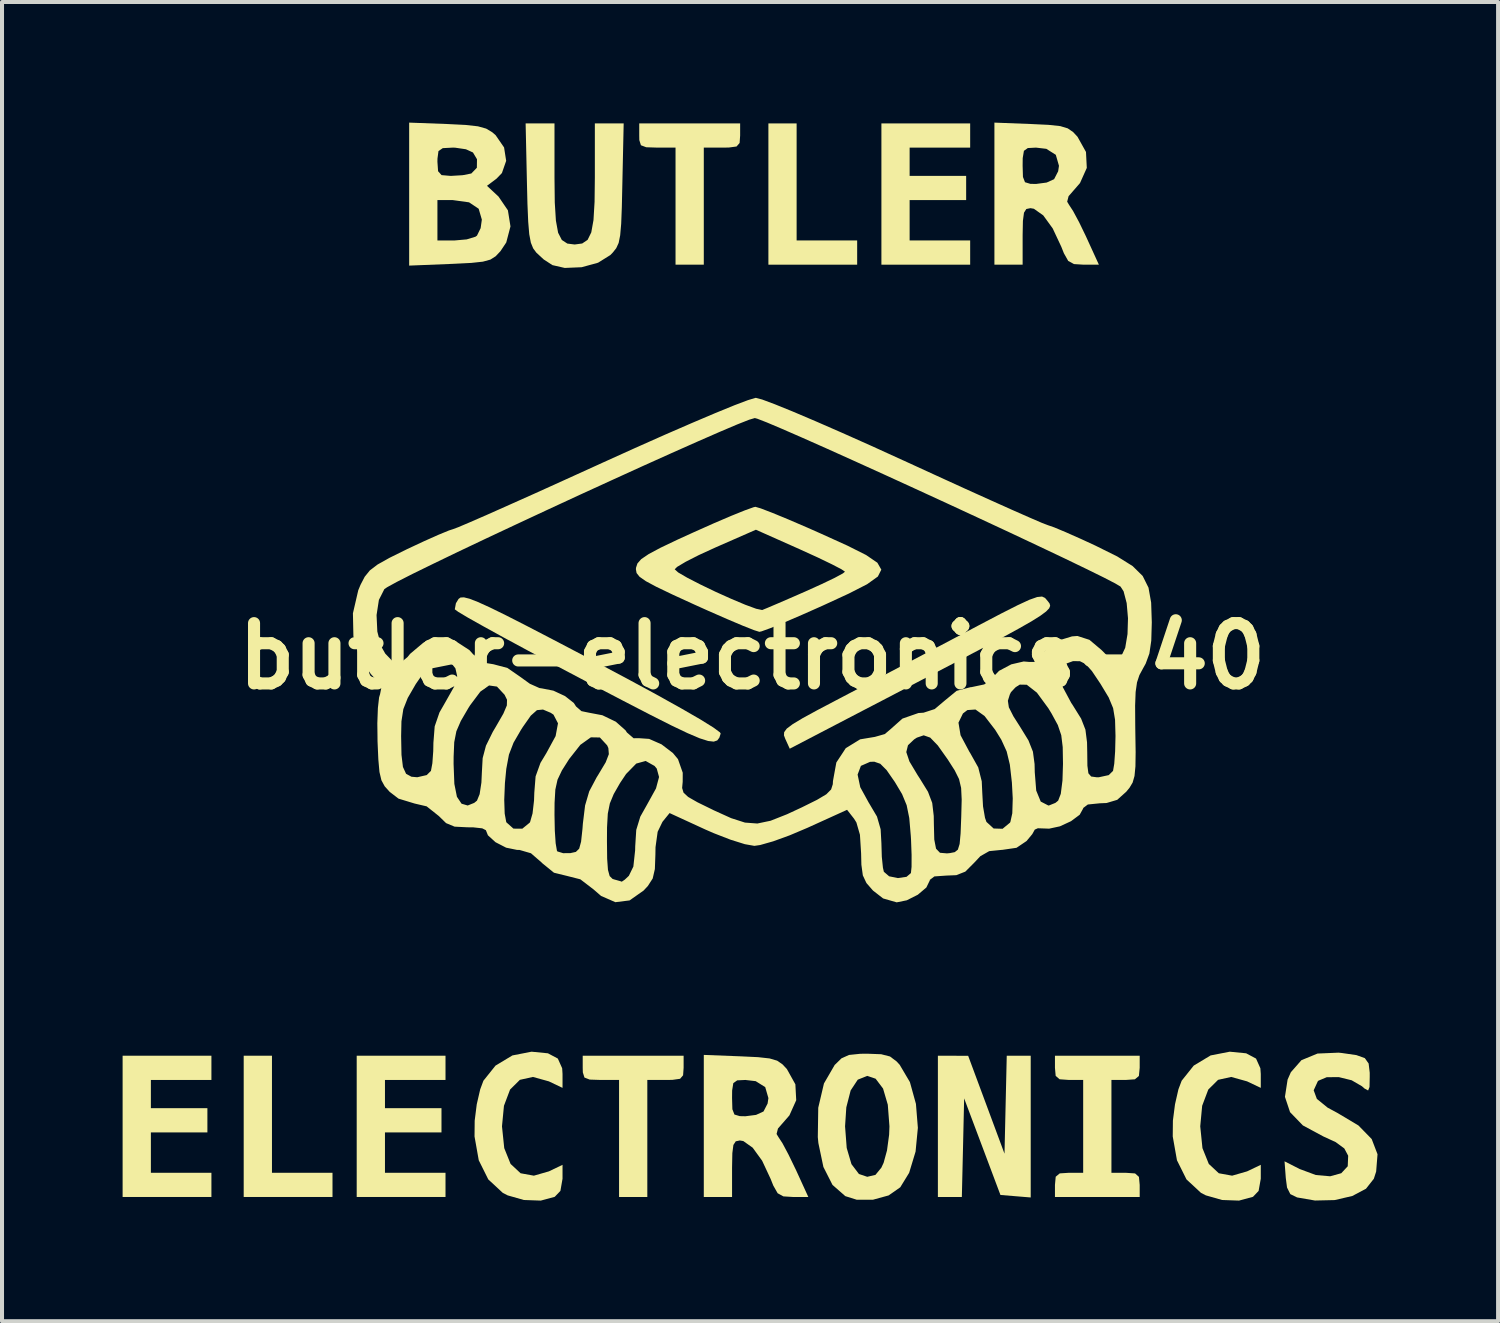
<source format=kicad_pcb>
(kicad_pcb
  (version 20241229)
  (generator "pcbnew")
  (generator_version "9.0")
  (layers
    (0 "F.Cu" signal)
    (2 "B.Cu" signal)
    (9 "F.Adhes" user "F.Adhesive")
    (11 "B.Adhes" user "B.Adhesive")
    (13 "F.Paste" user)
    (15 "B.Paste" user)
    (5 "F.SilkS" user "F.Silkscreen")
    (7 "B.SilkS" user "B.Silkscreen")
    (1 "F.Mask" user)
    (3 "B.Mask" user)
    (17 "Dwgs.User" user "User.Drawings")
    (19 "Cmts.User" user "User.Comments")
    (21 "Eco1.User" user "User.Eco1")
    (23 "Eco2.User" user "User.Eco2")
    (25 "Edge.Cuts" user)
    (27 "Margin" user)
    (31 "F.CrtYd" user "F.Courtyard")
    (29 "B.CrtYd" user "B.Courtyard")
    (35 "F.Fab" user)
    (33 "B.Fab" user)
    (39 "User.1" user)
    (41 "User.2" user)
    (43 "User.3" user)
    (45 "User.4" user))
  (footprint "butler-electronics-40"
    (layer "F.Cu")
    (at 15.662 13.272)
    (property "Reference" "butler-electronics-40" (at 0 0 0) (layer "F.SilkS") (effects (font (size 1.5 1.5) (thickness 0.3))))
    (attr board_only exclude_from_pos_files exclude_from_bom)
    (fp_poly (pts (xy -11.947 11.395) (xy -11.947 12.851) (xy -11.194 12.851) (xy -10.441 12.851) (xy -10.441 13.152) (xy -10.441 13.453) (xy -11.545 13.453) (xy -12.65 13.453) (xy -12.65 11.696) (xy -12.65 9.939) (xy -12.298 9.939) (xy -11.947 9.939)) (stroke (width 0) (type solid)) (fill yes) (layer "F.SilkS"))
    (fp_poly (pts (xy 1.104 -11.796) (xy 1.104 -10.341) (xy 1.857 -10.341) (xy 2.61 -10.341) (xy 2.61 -10.04) (xy 2.61 -9.738) (xy 1.506 -9.738) (xy 0.402 -9.738) (xy 0.402 -11.495) (xy 0.402 -13.252) (xy 0.753 -13.252) (xy 1.104 -13.252)) (stroke (width 0) (type solid)) (fill yes) (layer "F.SilkS"))
    (fp_poly (pts (xy -1.707 10.24) (xy -1.72 10.426) (xy -1.795 10.513) (xy -1.988 10.54) (xy -2.158 10.542) (xy -2.61 10.542) (xy -2.61 11.997) (xy -2.61 13.453) (xy -2.962 13.453) (xy -3.313 13.453) (xy -3.313 11.997) (xy -3.313 10.542) (xy -3.765 10.542) (xy -4.043 10.533) (xy -4.174 10.482) (xy -4.214 10.354) (xy -4.217 10.24) (xy -4.217 9.939) (xy -2.962 9.939) (xy -1.707 9.939)) (stroke (width 0) (type solid)) (fill yes) (layer "F.SilkS"))
    (fp_poly (pts (xy -0.301 -12.951) (xy -0.314 -12.766) (xy -0.39 -12.678) (xy -0.583 -12.652) (xy -0.753 -12.65) (xy -1.205 -12.65) (xy -1.205 -11.194) (xy -1.205 -9.738) (xy -1.556 -9.738) (xy -1.908 -9.738) (xy -1.908 -11.194) (xy -1.908 -12.65) (xy -2.359 -12.65) (xy -2.637 -12.659) (xy -2.769 -12.709) (xy -2.809 -12.837) (xy -2.811 -12.951) (xy -2.811 -13.252) (xy -1.556 -13.252) (xy -0.301 -13.252)) (stroke (width 0) (type solid)) (fill yes) (layer "F.SilkS"))
    (fp_poly (pts (xy 6.927 11.702) (xy 6.927 13.465) (xy 6.551 13.434) (xy 6.174 13.403) (xy 5.723 12.202) (xy 5.271 11) (xy 5.243 12.227) (xy 5.214 13.453) (xy 4.916 13.453) (xy 4.618 13.453) (xy 4.618 11.696) (xy 4.618 9.939) (xy 4.995 9.94) (xy 5.371 9.941) (xy 5.823 11.158) (xy 6.275 12.376) (xy 6.303 11.157) (xy 6.331 9.939) (xy 6.629 9.939) (xy 6.927 9.939)) (stroke (width 0) (type solid)) (fill yes) (layer "F.SilkS"))
    (fp_poly (pts (xy -13.453 10.24) (xy -13.453 10.542) (xy -14.206 10.542) (xy -14.959 10.542) (xy -14.959 10.893) (xy -14.959 11.244) (xy -14.256 11.244) (xy -13.553 11.244) (xy -13.553 11.545) (xy -13.553 11.847) (xy -14.256 11.847) (xy -14.959 11.847) (xy -14.959 12.349) (xy -14.959 12.851) (xy -14.206 12.851) (xy -13.453 12.851) (xy -13.453 13.152) (xy -13.453 13.453) (xy -14.557 13.453) (xy -15.662 13.453) (xy -15.662 11.696) (xy -15.662 9.939) (xy -14.557 9.939) (xy -13.453 9.939)) (stroke (width 0) (type solid)) (fill yes) (layer "F.SilkS"))
    (fp_poly (pts (xy -7.63 10.24) (xy -7.63 10.542) (xy -8.383 10.542) (xy -9.136 10.542) (xy -9.136 10.893) (xy -9.136 11.244) (xy -8.433 11.244) (xy -7.73 11.244) (xy -7.73 11.545) (xy -7.73 11.847) (xy -8.433 11.847) (xy -9.136 11.847) (xy -9.136 12.349) (xy -9.136 12.851) (xy -8.383 12.851) (xy -7.63 12.851) (xy -7.63 13.152) (xy -7.63 13.453) (xy -8.734 13.453) (xy -9.839 13.453) (xy -9.839 11.696) (xy -9.839 9.939) (xy -8.734 9.939) (xy -7.63 9.939)) (stroke (width 0) (type solid)) (fill yes) (layer "F.SilkS"))
    (fp_poly (pts (xy 5.421 -12.951) (xy 5.421 -12.65) (xy 4.668 -12.65) (xy 3.915 -12.65) (xy 3.915 -12.298) (xy 3.915 -11.947) (xy 4.618 -11.947) (xy 5.321 -11.947) (xy 5.321 -11.646) (xy 5.321 -11.345) (xy 4.618 -11.345) (xy 3.915 -11.345) (xy 3.915 -10.843) (xy 3.915 -10.341) (xy 4.668 -10.341) (xy 5.421 -10.341) (xy 5.421 -10.04) (xy 5.421 -9.738) (xy 4.317 -9.738) (xy 3.213 -9.738) (xy 3.213 -11.495) (xy 3.213 -13.252) (xy 4.317 -13.252) (xy 5.421 -13.252)) (stroke (width 0) (type solid)) (fill yes) (layer "F.SilkS"))
    (fp_poly (pts (xy 9.638 10.24) (xy 9.618 10.443) (xy 9.519 10.526) (xy 9.287 10.542) (xy 8.935 10.542) (xy 8.935 11.696) (xy 8.935 12.851) (xy 9.287 12.851) (xy 9.523 12.867) (xy 9.619 12.953) (xy 9.638 13.152) (xy 9.638 13.453) (xy 8.584 13.453) (xy 7.53 13.453) (xy 7.53 13.152) (xy 7.549 12.949) (xy 7.649 12.866) (xy 7.881 12.851) (xy 8.232 12.851) (xy 8.232 11.696) (xy 8.232 10.542) (xy 7.881 10.542) (xy 7.645 10.525) (xy 7.548 10.44) (xy 7.53 10.24) (xy 7.53 9.939) (xy 8.584 9.939) (xy 9.638 9.939)) (stroke (width 0) (type solid)) (fill yes) (layer "F.SilkS"))
    (fp_poly (pts (xy -5.082 9.879) (xy -4.836 10.01) (xy -4.728 10.251) (xy -4.719 10.393) (xy -4.719 10.739) (xy -5.059 10.577) (xy -5.455 10.467) (xy -5.78 10.539) (xy -6.024 10.781) (xy -6.176 11.184) (xy -6.225 11.696) (xy -6.169 12.238) (xy -6.011 12.631) (xy -5.762 12.863) (xy -5.432 12.923) (xy -5.059 12.816) (xy -4.719 12.653) (xy -4.719 12.999) (xy -4.772 13.302) (xy -4.913 13.449) (xy -5.26 13.543) (xy -5.68 13.528) (xy -6.084 13.413) (xy -6.206 13.35) (xy -6.566 13.016) (xy -6.803 12.54) (xy -6.908 11.948) (xy -6.904 11.553) (xy -6.853 11.149) (xy -6.767 10.776) (xy -6.687 10.561) (xy -6.386 10.185) (xy -5.966 9.932) (xy -5.49 9.839)) (stroke (width 0) (type solid)) (fill yes) (layer "F.SilkS"))
    (fp_poly (pts (xy 12.286 9.879) (xy 12.532 10.01) (xy 12.64 10.251) (xy 12.65 10.393) (xy 12.65 10.739) (xy 12.309 10.577) (xy 11.914 10.467) (xy 11.588 10.539) (xy 11.344 10.781) (xy 11.192 11.184) (xy 11.144 11.696) (xy 11.199 12.238) (xy 11.357 12.631) (xy 11.606 12.863) (xy 11.937 12.923) (xy 12.309 12.816) (xy 12.65 12.653) (xy 12.65 12.999) (xy 12.596 13.302) (xy 12.456 13.449) (xy 12.109 13.543) (xy 11.688 13.528) (xy 11.284 13.413) (xy 11.162 13.35) (xy 10.802 13.016) (xy 10.565 12.54) (xy 10.46 11.948) (xy 10.464 11.553) (xy 10.516 11.149) (xy 10.601 10.776) (xy 10.682 10.561) (xy 10.982 10.185) (xy 11.402 9.932) (xy 11.878 9.839)) (stroke (width 0) (type solid)) (fill yes) (layer "F.SilkS"))
    (fp_poly (pts (xy 7.282 -1.449) (xy 7.305 -1.424) (xy 7.357 -1.362) (xy 7.397 -1.308) (xy 7.411 -1.253) (xy 7.386 -1.19) (xy 7.309 -1.11) (xy 7.167 -1.005) (xy 6.946 -0.866) (xy 6.632 -0.687) (xy 6.213 -0.458) (xy 5.675 -0.172) (xy 5.005 0.18) (xy 4.19 0.605) (xy 3.216 1.113) (xy 2.75 1.355) (xy 0.933 2.302) (xy 0.822 2.058) (xy 0.789 1.97) (xy 0.794 1.89) (xy 0.859 1.802) (xy 1.007 1.691) (xy 1.258 1.54) (xy 1.636 1.334) (xy 2.163 1.057) (xy 2.388 0.939) (xy 3.071 0.582) (xy 3.837 0.18) (xy 4.612 -0.227) (xy 5.32 -0.601) (xy 5.622 -0.761) (xy 6.188 -1.058) (xy 6.603 -1.268) (xy 6.895 -1.403) (xy 7.088 -1.471) (xy 7.209 -1.483)) (stroke (width 0) (type solid)) (fill yes) (layer "F.SilkS"))
    (fp_poly (pts (xy -7.034 -1.429) (xy -6.826 -1.348) (xy -6.53 -1.214) (xy -6.13 -1.018) (xy -5.608 -0.752) (xy -4.946 -0.408) (xy -4.128 0.021) (xy -3.966 0.107) (xy -3.116 0.558) (xy -2.379 0.957) (xy -1.768 1.298) (xy -1.293 1.572) (xy -0.968 1.774) (xy -0.803 1.896) (xy -0.785 1.925) (xy -0.818 2.027) (xy -0.87 2.096) (xy -0.957 2.126) (xy -1.097 2.11) (xy -1.308 2.043) (xy -1.607 1.916) (xy -2.012 1.723) (xy -2.539 1.457) (xy -3.206 1.112) (xy -4.032 0.681) (xy -4.16 0.614) (xy -4.898 0.225) (xy -5.577 -0.137) (xy -6.179 -0.462) (xy -6.682 -0.739) (xy -7.067 -0.955) (xy -7.312 -1.101) (xy -7.399 -1.165) (xy -7.371 -1.316) (xy -7.305 -1.424) (xy -7.256 -1.459) (xy -7.171 -1.463)) (stroke (width 0) (type solid)) (fill yes) (layer "F.SilkS"))
    (fp_poly (pts (xy -4.919 -11.904) (xy -4.912 -11.283) (xy -4.884 -10.835) (xy -4.829 -10.533) (xy -4.736 -10.352) (xy -4.599 -10.263) (xy -4.417 -10.24) (xy -4.23 -10.265) (xy -4.095 -10.356) (xy -4.004 -10.541) (xy -3.949 -10.847) (xy -3.922 -11.3) (xy -3.915 -11.904) (xy -3.915 -13.252) (xy -3.557 -13.252) (xy -3.198 -13.252) (xy -3.231 -11.748) (xy -3.244 -11.168) (xy -3.26 -10.754) (xy -3.285 -10.469) (xy -3.323 -10.279) (xy -3.383 -10.148) (xy -3.468 -10.041) (xy -3.53 -9.977) (xy -3.835 -9.787) (xy -4.242 -9.675) (xy -4.664 -9.657) (xy -4.97 -9.727) (xy -5.187 -9.868) (xy -5.371 -10.038) (xy -5.45 -10.145) (xy -5.507 -10.286) (xy -5.547 -10.496) (xy -5.573 -10.808) (xy -5.592 -11.258) (xy -5.604 -11.756) (xy -5.637 -13.252) (xy -5.278 -13.252) (xy -4.919 -13.252)) (stroke (width 0) (type solid)) (fill yes) (layer "F.SilkS"))
    (fp_poly (pts (xy 3.207 9.902) (xy 3.427 9.958) (xy 3.593 10.083) (xy 3.668 10.165) (xy 3.922 10.595) (xy 4.072 11.137) (xy 4.12 11.733) (xy 4.063 12.324) (xy 3.903 12.852) (xy 3.682 13.212) (xy 3.393 13.414) (xy 3.004 13.521) (xy 2.598 13.521) (xy 2.315 13.432) (xy 1.996 13.152) (xy 1.77 12.706) (xy 1.645 12.111) (xy 1.631 11.964) (xy 1.635 11.696) (xy 2.309 11.696) (xy 2.35 12.234) (xy 2.468 12.636) (xy 2.654 12.881) (xy 2.861 12.951) (xy 3.065 12.903) (xy 3.211 12.725) (xy 3.268 12.603) (xy 3.352 12.296) (xy 3.405 11.905) (xy 3.413 11.696) (xy 3.372 11.158) (xy 3.254 10.756) (xy 3.069 10.511) (xy 2.861 10.441) (xy 2.625 10.535) (xy 2.448 10.803) (xy 2.34 11.224) (xy 2.309 11.696) (xy 1.635 11.696) (xy 1.642 11.233) (xy 1.784 10.629) (xy 2.052 10.167) (xy 2.053 10.167) (xy 2.22 10.004) (xy 2.407 9.92) (xy 2.687 9.891) (xy 2.861 9.889)) (stroke (width 0) (type solid)) (fill yes) (layer "F.SilkS"))
    (fp_poly (pts (xy 14.663 9.871) (xy 15.029 9.924) (xy 15.238 9.999) (xy 15.333 10.133) (xy 15.36 10.363) (xy 15.36 10.463) (xy 15.355 10.717) (xy 15.32 10.804) (xy 15.229 10.754) (xy 15.167 10.699) (xy 14.911 10.55) (xy 14.594 10.472) (xy 14.292 10.473) (xy 14.082 10.561) (xy 14.068 10.576) (xy 13.966 10.799) (xy 14.045 11.013) (xy 14.313 11.231) (xy 14.556 11.362) (xy 15.079 11.674) (xy 15.409 12.012) (xy 15.554 12.39) (xy 15.52 12.82) (xy 15.462 13) (xy 15.267 13.248) (xy 14.927 13.428) (xy 14.488 13.53) (xy 13.998 13.541) (xy 13.553 13.464) (xy 13.385 13.382) (xy 13.303 13.218) (xy 13.272 12.98) (xy 13.241 12.566) (xy 13.619 12.758) (xy 14.02 12.907) (xy 14.376 12.938) (xy 14.652 12.862) (xy 14.813 12.689) (xy 14.824 12.427) (xy 14.824 12.427) (xy 14.728 12.246) (xy 14.513 12.088) (xy 14.204 11.946) (xy 13.697 11.673) (xy 13.378 11.343) (xy 13.251 10.962) (xy 13.317 10.533) (xy 13.398 10.35) (xy 13.661 10.05) (xy 14.062 9.885) (xy 14.585 9.863)) (stroke (width 0) (type solid)) (fill yes) (layer "F.SilkS"))
    (fp_poly (pts (xy -0.292 9.954) (xy 0.146 9.975) (xy 0.433 10.007) (xy 0.619 10.062) (xy 0.754 10.155) (xy 0.862 10.271) (xy 1.073 10.65) (xy 1.094 11.046) (xy 0.925 11.423) (xy 0.818 11.546) (xy 0.64 11.75) (xy 0.605 11.886) (xy 0.653 11.965) (xy 0.753 12.118) (xy 0.902 12.398) (xy 1.07 12.745) (xy 1.085 12.775) (xy 1.395 13.453) (xy 1.012 13.453) (xy 0.774 13.438) (xy 0.632 13.36) (xy 0.523 13.168) (xy 0.459 13.007) (xy 0.246 12.551) (xy 0.011 12.227) (xy -0.222 12.062) (xy -0.308 12.047) (xy -0.41 12.068) (xy -0.469 12.159) (xy -0.495 12.363) (xy -0.502 12.723) (xy -0.502 12.75) (xy -0.502 13.453) (xy -0.853 13.453) (xy -1.205 13.453) (xy -1.205 11.686) (xy -1.205 10.993) (xy -0.502 10.993) (xy -0.494 11.271) (xy -0.443 11.402) (xy -0.31 11.442) (xy -0.171 11.445) (xy 0.095 11.411) (xy 0.278 11.327) (xy 0.281 11.325) (xy 0.382 11.129) (xy 0.402 10.993) (xy 0.323 10.72) (xy 0.086 10.572) (xy -0.171 10.542) (xy -0.374 10.552) (xy -0.471 10.621) (xy -0.5 10.803) (xy -0.502 10.993) (xy -1.205 10.993) (xy -1.205 9.919)) (stroke (width 0) (type solid)) (fill yes) (layer "F.SilkS"))
    (fp_poly (pts (xy 6.936 -13.237) (xy 7.374 -13.216) (xy 7.662 -13.185) (xy 7.848 -13.129) (xy 7.982 -13.037) (xy 8.091 -12.92) (xy 8.302 -12.542) (xy 8.322 -12.145) (xy 8.153 -11.768) (xy 8.046 -11.645) (xy 7.869 -11.441) (xy 7.834 -11.305) (xy 7.881 -11.226) (xy 7.981 -11.073) (xy 8.131 -10.794) (xy 8.299 -10.447) (xy 8.313 -10.416) (xy 8.623 -9.738) (xy 8.241 -9.738) (xy 8.003 -9.753) (xy 7.86 -9.831) (xy 7.752 -10.023) (xy 7.688 -10.184) (xy 7.474 -10.64) (xy 7.239 -10.964) (xy 7.006 -11.129) (xy 6.92 -11.144) (xy 6.818 -11.123) (xy 6.76 -11.032) (xy 6.733 -10.828) (xy 6.726 -10.469) (xy 6.726 -10.441) (xy 6.726 -9.738) (xy 6.375 -9.738) (xy 6.024 -9.738) (xy 6.024 -11.505) (xy 6.024 -12.198) (xy 6.726 -12.198) (xy 6.734 -11.92) (xy 6.785 -11.789) (xy 6.918 -11.749) (xy 7.058 -11.746) (xy 7.324 -11.781) (xy 7.507 -11.864) (xy 7.51 -11.867) (xy 7.61 -12.062) (xy 7.63 -12.198) (xy 7.551 -12.471) (xy 7.315 -12.62) (xy 7.058 -12.65) (xy 6.854 -12.639) (xy 6.758 -12.57) (xy 6.728 -12.388) (xy 6.726 -12.198) (xy 6.024 -12.198) (xy 6.024 -13.272)) (stroke (width 0) (type solid)) (fill yes) (layer "F.SilkS"))
    (fp_poly (pts (xy -7.588 -13.237) (xy -7.13 -13.214) (xy -6.824 -13.18) (xy -6.619 -13.123) (xy -6.466 -13.031) (xy -6.383 -12.959) (xy -6.173 -12.654) (xy -6.121 -12.321) (xy -6.227 -12.017) (xy -6.361 -11.878) (xy -6.598 -11.7) (xy -6.311 -11.432) (xy -6.078 -11.09) (xy -6.014 -10.69) (xy -6.119 -10.29) (xy -6.263 -10.074) (xy -6.383 -9.947) (xy -6.514 -9.864) (xy -6.701 -9.813) (xy -6.989 -9.782) (xy -7.424 -9.76) (xy -7.517 -9.756) (xy -8.534 -9.715) (xy -8.534 -11.345) (xy -7.831 -11.345) (xy -7.831 -10.843) (xy -7.831 -10.341) (xy -7.399 -10.341) (xy -7.103 -10.367) (xy -6.886 -10.433) (xy -6.847 -10.461) (xy -6.756 -10.647) (xy -6.726 -10.859) (xy -6.805 -11.129) (xy -7.044 -11.289) (xy -7.45 -11.345) (xy -7.473 -11.345) (xy -7.831 -11.345) (xy -8.534 -11.345) (xy -8.534 -11.493) (xy -8.534 -12.298) (xy -7.831 -12.298) (xy -7.815 -12.063) (xy -7.728 -11.966) (xy -7.509 -11.947) (xy -7.488 -11.947) (xy -7.203 -11.964) (xy -6.99 -12.006) (xy -6.986 -12.008) (xy -6.85 -12.149) (xy -6.847 -12.361) (xy -6.947 -12.529) (xy -7.122 -12.609) (xy -7.395 -12.649) (xy -7.449 -12.65) (xy -7.698 -12.637) (xy -7.805 -12.564) (xy -7.83 -12.375) (xy -7.831 -12.298) (xy -8.534 -12.298) (xy -8.534 -13.272)) (stroke (width 0) (type solid)) (fill yes) (layer "F.SilkS"))
    (fp_poly (pts (xy 0.214 -3.675) (xy 0.498 -3.566) (xy 0.896 -3.402) (xy 1.375 -3.196) (xy 1.72 -3.043) (xy 2.368 -2.749) (xy 2.832 -2.516) (xy 3.113 -2.324) (xy 3.211 -2.152) (xy 3.125 -1.981) (xy 2.857 -1.789) (xy 2.405 -1.558) (xy 1.772 -1.266) (xy 1.735 -1.249) (xy 1.235 -1.027) (xy 0.795 -0.838) (xy 0.449 -0.696) (xy 0.231 -0.617) (xy 0.178 -0.605) (xy 0.047 -0.646) (xy -0.232 -0.756) (xy -0.626 -0.923) (xy -1.101 -1.131) (xy -1.435 -1.281) (xy -1.989 -1.535) (xy -2.385 -1.725) (xy -2.648 -1.866) (xy -2.803 -1.975) (xy -2.877 -2.068) (xy -2.894 -2.161) (xy -1.929 -2.161) (xy -1.843 -2.083) (xy -1.615 -1.95) (xy -1.29 -1.783) (xy -0.912 -1.601) (xy -0.525 -1.427) (xy -0.174 -1.279) (xy 0.098 -1.179) (xy 0.245 -1.148) (xy 0.251 -1.149) (xy 0.38 -1.202) (xy 0.65 -1.317) (xy 1.017 -1.476) (xy 1.33 -1.613) (xy 1.73 -1.794) (xy 2.051 -1.948) (xy 2.254 -2.058) (xy 2.307 -2.101) (xy 2.22 -2.161) (xy 1.984 -2.284) (xy 1.636 -2.452) (xy 1.21 -2.646) (xy 1.198 -2.652) (xy 0.091 -3.145) (xy -0.919 -2.702) (xy -1.327 -2.515) (xy -1.655 -2.348) (xy -1.868 -2.221) (xy -1.929 -2.161) (xy -2.894 -2.161) (xy -2.894 -2.161) (xy -2.891 -2.2) (xy -2.856 -2.306) (xy -2.762 -2.413) (xy -2.581 -2.536) (xy -2.287 -2.694) (xy -1.853 -2.901) (xy -1.46 -3.08) (xy -0.965 -3.301) (xy -0.528 -3.488) (xy -0.184 -3.627) (xy 0.031 -3.704) (xy 0.079 -3.715)) (stroke (width 0) (type solid)) (fill yes) (layer "F.SilkS"))
    (fp_poly (pts (xy 0.247 -6.384) (xy 0.56 -6.267) (xy 1.011 -6.084) (xy 1.578 -5.843) (xy 2.237 -5.555) (xy 2.968 -5.229) (xy 3.746 -4.874) (xy 3.778 -4.86) (xy 4.554 -4.504) (xy 5.276 -4.174) (xy 5.925 -3.881) (xy 6.478 -3.633) (xy 6.914 -3.441) (xy 7.211 -3.313) (xy 7.35 -3.26) (xy 7.352 -3.259) (xy 7.511 -3.204) (xy 7.805 -3.081) (xy 8.19 -2.91) (xy 8.534 -2.751) (xy 9.078 -2.481) (xy 9.462 -2.241) (xy 9.712 -1.995) (xy 9.857 -1.704) (xy 9.923 -1.332) (xy 9.939 -0.842) (xy 9.926 -0.386) (xy 9.879 -0.065) (xy 9.787 0.186) (xy 9.723 0.301) (xy 9.631 0.471) (xy 9.571 0.653) (xy 9.537 0.891) (xy 9.524 1.228) (xy 9.527 1.71) (xy 9.529 1.869) (xy 9.537 2.385) (xy 9.532 2.741) (xy 9.509 2.981) (xy 9.462 3.145) (xy 9.384 3.275) (xy 9.304 3.372) (xy 9.079 3.574) (xy 8.814 3.653) (xy 8.645 3.66) (xy 8.348 3.69) (xy 8.233 3.777) (xy 8.232 3.789) (xy 8.145 3.945) (xy 7.93 4.105) (xy 7.654 4.233) (xy 7.385 4.291) (xy 7.304 4.288) (xy 7.104 4.281) (xy 7.028 4.315) (xy 6.966 4.427) (xy 6.823 4.599) (xy 6.574 4.767) (xy 6.215 4.819) (xy 6.203 4.819) (xy 5.895 4.85) (xy 5.674 4.976) (xy 5.516 5.144) (xy 5.3 5.36) (xy 5.076 5.448) (xy 4.831 5.458) (xy 4.531 5.479) (xy 4.419 5.564) (xy 4.417 5.578) (xy 4.331 5.755) (xy 4.118 5.935) (xy 3.844 6.073) (xy 3.593 6.124) (xy 3.256 6.027) (xy 3.004 5.831) (xy 2.84 5.643) (xy 2.751 5.453) (xy 2.715 5.188) (xy 2.708 4.902) (xy 2.679 4.442) (xy 2.591 4.137) (xy 2.533 4.044) (xy 2.359 3.822) (xy 1.373 4.27) (xy 0.931 4.457) (xy 0.521 4.606) (xy 0.197 4.698) (xy 0.053 4.719) (xy -0.184 4.677) (xy -0.541 4.565) (xy -0.958 4.403) (xy -1.169 4.311) (xy -2.056 3.903) (xy -2.233 4.121) (xy -2.353 4.369) (xy -2.406 4.752) (xy -2.409 4.938) (xy -2.422 5.296) (xy -2.476 5.53) (xy -2.597 5.718) (xy -2.703 5.831) (xy -3.051 6.076) (xy -3.405 6.12) (xy -3.761 5.964) (xy -3.948 5.802) (xy -4.276 5.551) (xy -4.61 5.466) (xy -4.932 5.387) (xy -5.221 5.152) (xy -5.236 5.136) (xy -5.504 4.903) (xy -5.787 4.821) (xy -5.853 4.819) (xy -6.122 4.764) (xy -6.386 4.628) (xy -6.575 4.456) (xy -6.626 4.329) (xy -6.716 4.283) (xy -6.943 4.258) (xy -7.087 4.257) (xy -7.404 4.241) (xy -7.616 4.153) (xy -7.796 3.977) (xy -8.099 3.736) (xy -8.398 3.666) (xy -8.799 3.544) (xy -9.018 3.376) (xy -9.143 3.237) (xy -9.224 3.088) (xy -9.273 2.881) (xy -9.301 2.568) (xy -9.321 2.114) (xy -9.322 1.99) (xy -8.734 1.99) (xy -8.725 2.456) (xy -8.689 2.756) (xy -8.611 2.926) (xy -8.478 2.999) (xy -8.333 3.012) (xy -8.097 2.958) (xy -7.992 2.853) (xy -7.96 2.681) (xy -7.429 2.681) (xy -7.41 3.177) (xy -7.346 3.498) (xy -7.231 3.67) (xy -7.078 3.715) (xy -6.916 3.65) (xy -6.847 3.594) (xy -6.839 3.574) (xy -6.169 3.574) (xy -6.158 3.916) (xy -6.12 4.123) (xy -6.114 4.135) (xy -5.94 4.29) (xy -5.72 4.292) (xy -5.536 4.142) (xy -5.525 4.123) (xy -5.475 3.947) (xy -4.919 3.947) (xy -4.911 4.341) (xy -4.89 4.654) (xy -4.859 4.835) (xy -4.848 4.857) (xy -4.703 4.901) (xy -4.522 4.899) (xy -4.387 4.869) (xy -4.305 4.789) (xy -4.257 4.613) (xy -4.256 4.601) (xy -3.614 4.601) (xy -3.609 5.039) (xy -3.589 5.316) (xy -3.547 5.47) (xy -3.476 5.54) (xy -3.439 5.553) (xy -3.281 5.597) (xy -3.245 5.61) (xy -3.17 5.559) (xy -3.069 5.464) (xy -2.957 5.234) (xy -2.913 4.829) (xy -2.911 4.731) (xy -2.885 4.321) (xy -2.784 3.991) (xy -2.61 3.681) (xy -2.394 3.29) (xy -2.318 3.006) (xy -2.375 2.797) (xy -2.43 2.731) (xy -2.651 2.607) (xy -2.885 2.672) (xy -3.138 2.931) (xy -3.288 3.155) (xy -3.446 3.431) (xy -3.542 3.663) (xy -3.593 3.918) (xy -3.612 4.26) (xy -3.614 4.601) (xy -4.256 4.601) (xy -4.223 4.296) (xy -4.213 4.166) (xy -4.158 3.714) (xy -4.055 3.363) (xy -3.872 3.017) (xy -3.828 2.946) (xy -3.645 2.64) (xy -3.567 2.438) (xy -3.579 2.286) (xy -3.609 2.219) (xy -3.79 2.023) (xy -4.014 2.019) (xy -4.275 2.205) (xy -4.554 2.559) (xy -4.735 2.844) (xy -4.844 3.074) (xy -4.898 3.319) (xy -4.917 3.649) (xy -4.919 3.947) (xy -5.475 3.947) (xy -5.465 3.913) (xy -5.428 3.592) (xy -5.421 3.395) (xy -5.389 2.991) (xy -5.268 2.655) (xy -5.12 2.409) (xy -4.891 1.988) (xy -4.832 1.67) (xy -4.944 1.455) (xy -5.013 1.409) (xy -5.205 1.328) (xy -5.355 1.343) (xy -5.508 1.479) (xy -5.706 1.761) (xy -5.753 1.834) (xy -5.938 2.153) (xy -6.052 2.449) (xy -6.118 2.803) (xy -6.152 3.157) (xy -6.169 3.574) (xy -6.839 3.574) (xy -6.781 3.433) (xy -6.737 3.144) (xy -6.726 2.904) (xy -6.706 2.537) (xy -6.624 2.228) (xy -6.455 1.885) (xy -6.375 1.75) (xy -6.191 1.43) (xy -6.104 1.226) (xy -6.1 1.084) (xy -6.161 0.96) (xy -6.35 0.757) (xy -6.546 0.729) (xy -6.763 0.882) (xy -7.018 1.222) (xy -7.061 1.29) (xy -7.249 1.612) (xy -7.36 1.869) (xy -7.413 2.14) (xy -7.428 2.502) (xy -7.429 2.681) (xy -7.96 2.681) (xy -7.957 2.666) (xy -7.935 2.361) (xy -7.931 2.154) (xy -7.899 1.746) (xy -7.78 1.4) (xy -7.63 1.138) (xy -7.419 0.765) (xy -7.339 0.5) (xy -7.383 0.305) (xy -7.449 0.221) (xy -7.669 0.092) (xy -7.899 0.143) (xy -8.152 0.38) (xy -8.369 0.693) (xy -8.569 1.039) (xy -8.679 1.317) (xy -8.726 1.62) (xy -8.734 1.99) (xy -9.322 1.99) (xy -9.326 1.67) (xy -9.312 1.29) (xy -9.282 1.025) (xy -9.258 0.946) (xy -9.229 0.799) (xy -9.324 0.623) (xy -9.485 0.448) (xy -9.77 0.029) (xy -9.921 -0.493) (xy -9.932 -1.022) (xy -9.345 -1.022) (xy -9.326 -0.612) (xy -9.23 -0.243) (xy -9.129 -0.064) (xy -8.927 0.146) (xy -8.76 0.175) (xy -8.576 0.023) (xy -8.51 -0.058) (xy -8.179 -0.337) (xy -7.79 -0.445) (xy -7.394 -0.383) (xy -7.037 -0.152) (xy -6.939 -0.043) (xy -6.664 0.164) (xy -6.439 0.201) (xy -6.089 0.294) (xy -5.788 0.502) (xy -5.531 0.687) (xy -5.294 0.793) (xy -5.227 0.803) (xy -4.947 0.858) (xy -4.657 0.993) (xy -4.439 1.164) (xy -4.383 1.251) (xy -4.248 1.368) (xy -4.064 1.406) (xy -3.727 1.47) (xy -3.393 1.631) (xy -3.152 1.845) (xy -3.117 1.899) (xy -2.951 2.042) (xy -2.824 2.04) (xy -2.565 2.058) (xy -2.256 2.194) (xy -1.974 2.409) (xy -1.847 2.562) (xy -1.729 2.899) (xy -1.73 3.125) (xy -1.744 3.279) (xy -1.709 3.395) (xy -1.593 3.503) (xy -1.362 3.635) (xy -0.984 3.82) (xy -0.963 3.831) (xy -0.526 4.029) (xy -0.181 4.14) (xy 0.127 4.163) (xy 0.457 4.094) (xy 0.866 3.932) (xy 1.23 3.763) (xy 1.611 3.574) (xy 1.843 3.436) (xy 1.962 3.316) (xy 2.004 3.185) (xy 2.008 3.108) (xy 2.037 2.946) (xy 2.621 2.946) (xy 2.687 3.26) (xy 2.901 3.65) (xy 2.905 3.655) (xy 3.103 3.99) (xy 3.194 4.306) (xy 3.213 4.653) (xy 3.223 4.992) (xy 3.251 5.263) (xy 3.274 5.363) (xy 3.405 5.476) (xy 3.624 5.52) (xy 3.838 5.489) (xy 3.947 5.396) (xy 3.963 5.242) (xy 3.964 4.945) (xy 3.95 4.563) (xy 3.944 4.468) (xy 3.906 4.026) (xy 3.841 3.707) (xy 3.727 3.431) (xy 3.548 3.131) (xy 3.342 2.834) (xy 3.185 2.677) (xy 3.035 2.625) (xy 2.931 2.629) (xy 2.703 2.729) (xy 2.621 2.946) (xy 2.037 2.946) (xy 2.092 2.645) (xy 2.263 2.386) (xy 3.832 2.386) (xy 3.91 2.619) (xy 4.112 2.957) (xy 4.166 3.04) (xy 4.371 3.372) (xy 4.477 3.651) (xy 4.515 3.975) (xy 4.518 4.173) (xy 4.528 4.562) (xy 4.572 4.789) (xy 4.67 4.891) (xy 4.844 4.906) (xy 4.916 4.899) (xy 5.038 4.875) (xy 5.115 4.813) (xy 5.159 4.671) (xy 5.183 4.408) (xy 5.199 3.995) (xy 5.21 3.568) (xy 5.196 3.277) (xy 5.144 3.057) (xy 5.037 2.842) (xy 4.864 2.571) (xy 4.615 2.22) (xy 4.427 2.026) (xy 4.265 1.969) (xy 4.095 2.027) (xy 4.027 2.071) (xy 3.874 2.216) (xy 3.832 2.386) (xy 2.263 2.386) (xy 2.326 2.289) (xy 2.684 2.069) (xy 3.051 2.008) (xy 3.297 1.938) (xy 3.433 1.823) (xy 3.623 1.654) (xy 5.13 1.654) (xy 5.182 1.967) (xy 5.4 2.376) (xy 5.421 2.409) (xy 5.622 2.768) (xy 5.709 3.113) (xy 5.722 3.395) (xy 5.741 3.738) (xy 5.79 4.022) (xy 5.826 4.123) (xy 6.005 4.287) (xy 6.227 4.294) (xy 6.411 4.142) (xy 6.421 4.124) (xy 6.469 3.908) (xy 6.48 3.54) (xy 6.459 3.145) (xy 6.408 2.698) (xy 6.329 2.37) (xy 6.196 2.079) (xy 6.043 1.832) (xy 5.778 1.488) (xy 5.553 1.327) (xy 5.352 1.341) (xy 5.241 1.426) (xy 5.13 1.654) (xy 3.623 1.654) (xy 3.737 1.553) (xy 4.133 1.415) (xy 4.262 1.406) (xy 4.539 1.316) (xy 4.784 1.109) (xy 6.359 1.109) (xy 6.383 1.272) (xy 6.497 1.497) (xy 6.661 1.754) (xy 6.871 2.096) (xy 6.982 2.376) (xy 7.023 2.683) (xy 7.028 2.89) (xy 7.064 3.344) (xy 7.176 3.617) (xy 7.364 3.714) (xy 7.379 3.715) (xy 7.541 3.65) (xy 7.61 3.594) (xy 7.675 3.425) (xy 7.717 3.094) (xy 7.73 2.681) (xy 7.723 2.262) (xy 7.687 1.966) (xy 7.601 1.713) (xy 7.445 1.426) (xy 7.365 1.295) (xy 7.081 0.908) (xy 6.829 0.711) (xy 6.612 0.707) (xy 6.436 0.896) (xy 6.408 0.952) (xy 6.359 1.109) (xy 4.784 1.109) (xy 4.795 1.1) (xy 5.085 0.862) (xy 5.429 0.772) (xy 5.456 0.77) (xy 5.772 0.703) (xy 5.937 0.574) (xy 6.086 0.421) (xy 7.64 0.421) (xy 7.708 0.739) (xy 7.934 1.161) (xy 7.975 1.223) (xy 8.181 1.554) (xy 8.288 1.828) (xy 8.328 2.143) (xy 8.333 2.383) (xy 8.337 2.726) (xy 8.362 2.914) (xy 8.431 2.994) (xy 8.564 3.012) (xy 8.623 3.012) (xy 8.868 2.959) (xy 8.975 2.853) (xy 9.005 2.677) (xy 9.027 2.367) (xy 9.036 1.989) (xy 9.036 1.983) (xy 9.025 1.582) (xy 8.977 1.293) (xy 8.866 1.026) (xy 8.664 0.691) (xy 8.659 0.683) (xy 8.449 0.37) (xy 8.294 0.197) (xy 8.152 0.126) (xy 7.981 0.123) (xy 7.731 0.214) (xy 7.64 0.421) (xy 6.086 0.421) (xy 6.14 0.365) (xy 6.443 0.204) (xy 6.753 0.132) (xy 6.881 0.143) (xy 7.08 0.143) (xy 7.179 -0.001) (xy 7.335 -0.213) (xy 7.619 -0.39) (xy 7.955 -0.492) (xy 8.09 -0.502) (xy 8.388 -0.406) (xy 8.686 -0.155) (xy 8.888 0.048) (xy 9.011 0.121) (xy 9.108 0.081) (xy 9.175 0.012) (xy 9.278 -0.209) (xy 9.335 -0.55) (xy 9.347 -0.942) (xy 9.314 -1.32) (xy 9.237 -1.614) (xy 9.161 -1.731) (xy 9.028 -1.81) (xy 8.736 -1.961) (xy 8.307 -2.172) (xy 7.762 -2.435) (xy 7.123 -2.738) (xy 6.412 -3.073) (xy 5.65 -3.428) (xy 4.86 -3.794) (xy 4.064 -4.16) (xy 3.282 -4.518) (xy 2.537 -4.856) (xy 1.851 -5.165) (xy 1.245 -5.434) (xy 0.741 -5.654) (xy 0.361 -5.815) (xy 0.127 -5.906) (xy 0.064 -5.923) (xy -0.075 -5.882) (xy -0.374 -5.764) (xy -0.81 -5.579) (xy -1.361 -5.338) (xy -2.007 -5.051) (xy -2.725 -4.728) (xy -3.493 -4.378) (xy -4.29 -4.013) (xy -5.094 -3.641) (xy -5.883 -3.273) (xy -6.635 -2.92) (xy -7.328 -2.591) (xy -7.941 -2.295) (xy -8.452 -2.045) (xy -8.839 -1.848) (xy -9.08 -1.716) (xy -9.151 -1.668) (xy -9.287 -1.399) (xy -9.345 -1.022) (xy -9.932 -1.022) (xy -9.933 -1.066) (xy -9.8 -1.64) (xy -9.743 -1.777) (xy -9.64 -1.975) (xy -9.512 -2.133) (xy -9.319 -2.28) (xy -9.021 -2.447) (xy -8.586 -2.662) (xy -8.169 -2.857) (xy -7.806 -3.019) (xy -7.543 -3.127) (xy -7.441 -3.16) (xy -7.313 -3.208) (xy -7.023 -3.331) (xy -6.592 -3.519) (xy -6.042 -3.764) (xy -5.393 -4.054) (xy -4.667 -4.383) (xy -3.884 -4.739) (xy -3.728 -4.81) (xy -2.932 -5.17) (xy -2.184 -5.503) (xy -1.505 -5.798) (xy -0.918 -6.047) (xy -0.444 -6.241) (xy -0.105 -6.369) (xy 0.078 -6.424) (xy 0.092 -6.425)) (stroke (width 0) (type solid)) (fill yes) (layer "F.SilkS")))
  (gr_rect
    (start -3 -3)
    (end 34.215 29.815)
    (stroke (width 0.1) (type default))
    (fill no)
    (layer "Edge.Cuts")))
</source>
